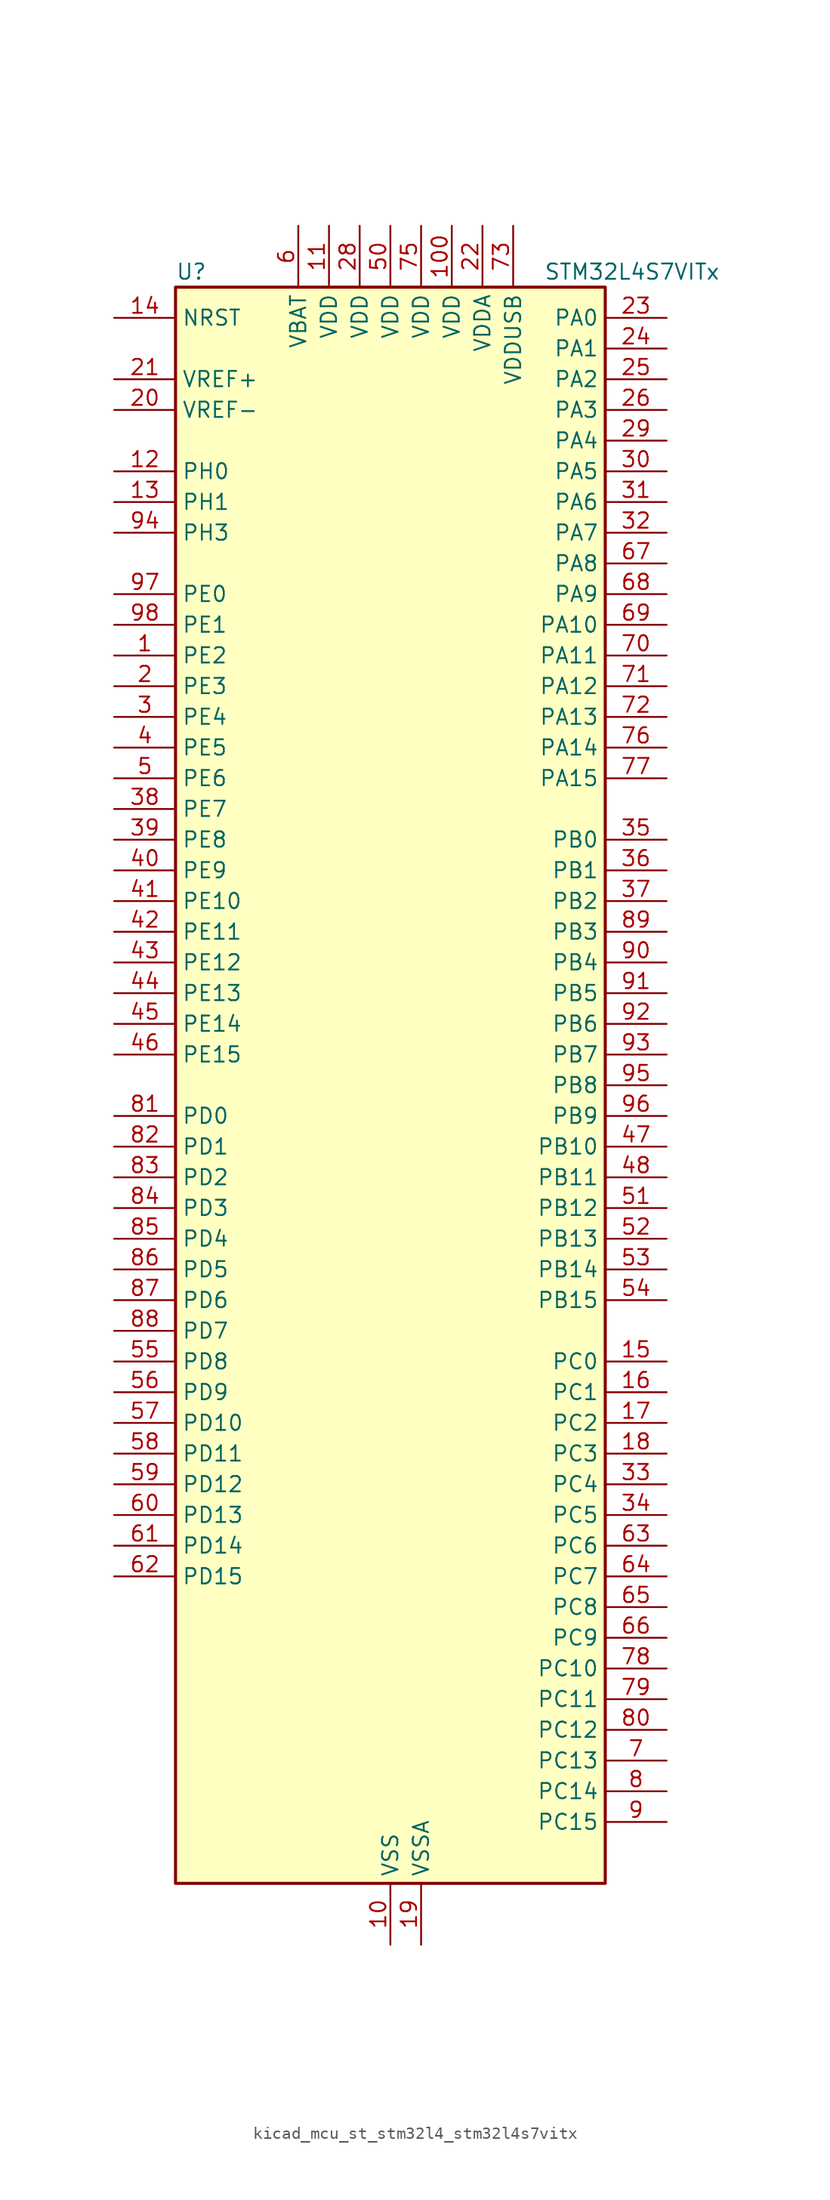
<source format=kicad_sym>
(kicad_symbol_lib
  (version 20220914)
  (generator kicad_symbol_editor)
  (symbol "kicad_mcu_st_stm32l4_stm32l4s7vitx"
    (property "Reference" "U"
      (at -17.78 67.31 0)
      (effects (font (size 1.27 1.27)) (justify left)))
    (property "Value" "STM32L4S7VITx"
      (at 12.7 67.31 0)
      (effects (font (size 1.27 1.27)) (justify left)))
    (property "ki_locked" ""
      (at 0 0 0)
      (effects (font (size 1.27 1.27))))
    (symbol "kicad_mcu_st_stm32l4_stm32l4s7vitx_0_1"
      (rectangle (start -17.78 -66.04) (end 17.78 66.04) (stroke (width 0.254) (type default)) (fill (type background))))
    (symbol "kicad_mcu_st_stm32l4_stm32l4s7vitx_1_1"
      (pin bidirectional line (at -22.86 35.56 0) (length 5.08) (name "PE2" (effects (font (size 1.27 1.27)))) (number "1" (effects (font (size 1.27 1.27)))) (alternate "FMC_A23" bidirectional line) (alternate "LTDC_R0" bidirectional line) (alternate "SAI1_CK1" bidirectional line) (alternate "SAI1_MCLK_A" bidirectional line) (alternate "SYS_TRACECLK" bidirectional line) (alternate "TIM3_ETR" bidirectional line) (alternate "TSC_G7_IO1" bidirectional line))
      (pin power_in line (at 0 -71.12 90) (length 5.08) (name "VSS" (effects (font (size 1.27 1.27)))) (number "10" (effects (font (size 1.27 1.27)))))
      (pin power_in line (at 5.08 71.12 270) (length 5.08) (name "VDD" (effects (font (size 1.27 1.27)))) (number "100" (effects (font (size 1.27 1.27)))))
      (pin power_in line (at -5.08 71.12 270) (length 5.08) (name "VDD" (effects (font (size 1.27 1.27)))) (number "11" (effects (font (size 1.27 1.27)))))
      (pin bidirectional line (at -22.86 50.8 0) (length 5.08) (name "PH0" (effects (font (size 1.27 1.27)))) (number "12" (effects (font (size 1.27 1.27)))) (alternate "RCC_OSC_IN" bidirectional line))
      (pin bidirectional line (at -22.86 48.26 0) (length 5.08) (name "PH1" (effects (font (size 1.27 1.27)))) (number "13" (effects (font (size 1.27 1.27)))) (alternate "RCC_OSC_OUT" bidirectional line))
      (pin input line (at -22.86 63.5 0) (length 5.08) (name "NRST" (effects (font (size 1.27 1.27)))) (number "14" (effects (font (size 1.27 1.27)))))
      (pin bidirectional line (at 22.86 -22.86 180) (length 5.08) (name "PC0" (effects (font (size 1.27 1.27)))) (number "15" (effects (font (size 1.27 1.27)))) (alternate "ADC1_IN1" bidirectional line) (alternate "DFSDM1_DATIN4" bidirectional line) (alternate "I2C3_SCL" bidirectional line) (alternate "LPTIM1_IN1" bidirectional line) (alternate "LPTIM2_IN1" bidirectional line) (alternate "LPUART1_RX" bidirectional line) (alternate "SAI2_FS_A" bidirectional line))
      (pin bidirectional line (at 22.86 -25.4 180) (length 5.08) (name "PC1" (effects (font (size 1.27 1.27)))) (number "16" (effects (font (size 1.27 1.27)))) (alternate "ADC1_IN2" bidirectional line) (alternate "DFSDM1_CKIN4" bidirectional line) (alternate "I2C3_SDA" bidirectional line) (alternate "LPTIM1_OUT" bidirectional line) (alternate "LPUART1_TX" bidirectional line) (alternate "OCTOSPIM_P1_IO4" bidirectional line) (alternate "SAI1_SD_A" bidirectional line) (alternate "SPI2_MOSI" bidirectional line) (alternate "SYS_TRACED0" bidirectional line))
      (pin bidirectional line (at 22.86 -27.94 180) (length 5.08) (name "PC2" (effects (font (size 1.27 1.27)))) (number "17" (effects (font (size 1.27 1.27)))) (alternate "ADC1_IN3" bidirectional line) (alternate "DFSDM1_CKOUT" bidirectional line) (alternate "LPTIM1_IN2" bidirectional line) (alternate "OCTOSPIM_P1_IO5" bidirectional line) (alternate "SPI2_MISO" bidirectional line))
      (pin bidirectional line (at 22.86 -30.48 180) (length 5.08) (name "PC3" (effects (font (size 1.27 1.27)))) (number "18" (effects (font (size 1.27 1.27)))) (alternate "ADC1_IN4" bidirectional line) (alternate "LPTIM1_ETR" bidirectional line) (alternate "LPTIM2_ETR" bidirectional line) (alternate "OCTOSPIM_P1_IO6" bidirectional line) (alternate "SAI1_D1" bidirectional line) (alternate "SAI1_SD_A" bidirectional line) (alternate "SPI2_MOSI" bidirectional line))
      (pin power_in line (at 2.54 -71.12 90) (length 5.08) (name "VSSA" (effects (font (size 1.27 1.27)))) (number "19" (effects (font (size 1.27 1.27)))))
      (pin bidirectional line (at -22.86 33.02 0) (length 5.08) (name "PE3" (effects (font (size 1.27 1.27)))) (number "2" (effects (font (size 1.27 1.27)))) (alternate "FMC_A19" bidirectional line) (alternate "LTDC_R1" bidirectional line) (alternate "OCTOSPIM_P1_DQS" bidirectional line) (alternate "SAI1_SD_B" bidirectional line) (alternate "SYS_TRACED0" bidirectional line) (alternate "TIM3_CH1" bidirectional line) (alternate "TSC_G7_IO2" bidirectional line))
      (pin input line (at -22.86 55.88 0) (length 5.08) (name "VREF-" (effects (font (size 1.27 1.27)))) (number "20" (effects (font (size 1.27 1.27)))))
      (pin input line (at -22.86 58.42 0) (length 5.08) (name "VREF+" (effects (font (size 1.27 1.27)))) (number "21" (effects (font (size 1.27 1.27)))) (alternate "VREFBUF_OUT" bidirectional line))
      (pin power_in line (at 7.62 71.12 270) (length 5.08) (name "VDDA" (effects (font (size 1.27 1.27)))) (number "22" (effects (font (size 1.27 1.27)))))
      (pin bidirectional line (at 22.86 63.5 180) (length 5.08) (name "PA0" (effects (font (size 1.27 1.27)))) (number "23" (effects (font (size 1.27 1.27)))) (alternate "ADC1_IN5" bidirectional line) (alternate "OPAMP1_VINP" bidirectional line) (alternate "RTC_TAMP2" bidirectional line) (alternate "SAI1_EXTCLK" bidirectional line) (alternate "SYS_WKUP1" bidirectional line) (alternate "TIM2_CH1" bidirectional line) (alternate "TIM2_ETR" bidirectional line) (alternate "TIM5_CH1" bidirectional line) (alternate "TIM8_ETR" bidirectional line) (alternate "UART4_TX" bidirectional line) (alternate "USART2_CTS" bidirectional line) (alternate "USART2_NSS" bidirectional line))
      (pin bidirectional line (at 22.86 60.96 180) (length 5.08) (name "PA1" (effects (font (size 1.27 1.27)))) (number "24" (effects (font (size 1.27 1.27)))) (alternate "ADC1_IN6" bidirectional line) (alternate "I2C1_SMBA" bidirectional line) (alternate "OCTOSPIM_P1_DQS" bidirectional line) (alternate "OPAMP1_VINM" bidirectional line) (alternate "SPI1_SCK" bidirectional line) (alternate "TIM15_CH1N" bidirectional line) (alternate "TIM2_CH2" bidirectional line) (alternate "TIM5_CH2" bidirectional line) (alternate "UART4_RX" bidirectional line) (alternate "USART2_DE" bidirectional line) (alternate "USART2_RTS" bidirectional line))
      (pin bidirectional line (at 22.86 58.42 180) (length 5.08) (name "PA2" (effects (font (size 1.27 1.27)))) (number "25" (effects (font (size 1.27 1.27)))) (alternate "ADC1_IN7" bidirectional line) (alternate "LPUART1_TX" bidirectional line) (alternate "OCTOSPIM_P1_NCS" bidirectional line) (alternate "RCC_LSCO" bidirectional line) (alternate "SAI2_EXTCLK" bidirectional line) (alternate "SYS_WKUP4" bidirectional line) (alternate "TIM15_CH1" bidirectional line) (alternate "TIM2_CH3" bidirectional line) (alternate "TIM5_CH3" bidirectional line) (alternate "USART2_TX" bidirectional line))
      (pin bidirectional line (at 22.86 55.88 180) (length 5.08) (name "PA3" (effects (font (size 1.27 1.27)))) (number "26" (effects (font (size 1.27 1.27)))) (alternate "ADC1_IN8" bidirectional line) (alternate "LPUART1_RX" bidirectional line) (alternate "OCTOSPIM_P1_CLK" bidirectional line) (alternate "OPAMP1_VOUT" bidirectional line) (alternate "SAI1_CK1" bidirectional line) (alternate "SAI1_MCLK_A" bidirectional line) (alternate "TIM15_CH2" bidirectional line) (alternate "TIM2_CH4" bidirectional line) (alternate "TIM5_CH4" bidirectional line) (alternate "USART2_RX" bidirectional line))
      (pin passive line (at 0 -71.12 90) (length 5.08) hide (name "VSS" (effects (font (size 1.27 1.27)))) (number "27" (effects (font (size 1.27 1.27)))))
      (pin power_in line (at -2.54 71.12 270) (length 5.08) (name "VDD" (effects (font (size 1.27 1.27)))) (number "28" (effects (font (size 1.27 1.27)))))
      (pin bidirectional line (at 22.86 53.34 180) (length 5.08) (name "PA4" (effects (font (size 1.27 1.27)))) (number "29" (effects (font (size 1.27 1.27)))) (alternate "ADC1_IN9" bidirectional line) (alternate "DAC1_OUT1" bidirectional line) (alternate "DCMI_HSYNC" bidirectional line) (alternate "LPTIM2_OUT" bidirectional line) (alternate "OCTOSPIM_P1_NCS" bidirectional line) (alternate "SAI1_FS_B" bidirectional line) (alternate "SPI1_NSS" bidirectional line) (alternate "SPI3_NSS" bidirectional line) (alternate "USART2_CK" bidirectional line))
      (pin bidirectional line (at -22.86 30.48 0) (length 5.08) (name "PE4" (effects (font (size 1.27 1.27)))) (number "3" (effects (font (size 1.27 1.27)))) (alternate "DCMI_D4" bidirectional line) (alternate "DFSDM1_DATIN3" bidirectional line) (alternate "FMC_A20" bidirectional line) (alternate "LTDC_B0" bidirectional line) (alternate "SAI1_D2" bidirectional line) (alternate "SAI1_FS_A" bidirectional line) (alternate "SYS_TRACED1" bidirectional line) (alternate "TIM3_CH2" bidirectional line) (alternate "TSC_G7_IO3" bidirectional line))
      (pin bidirectional line (at 22.86 50.8 180) (length 5.08) (name "PA5" (effects (font (size 1.27 1.27)))) (number "30" (effects (font (size 1.27 1.27)))) (alternate "ADC1_IN10" bidirectional line) (alternate "DAC1_OUT2" bidirectional line) (alternate "LPTIM2_ETR" bidirectional line) (alternate "SPI1_SCK" bidirectional line) (alternate "TIM2_CH1" bidirectional line) (alternate "TIM2_ETR" bidirectional line) (alternate "TIM8_CH1N" bidirectional line))
      (pin bidirectional line (at 22.86 48.26 180) (length 5.08) (name "PA6" (effects (font (size 1.27 1.27)))) (number "31" (effects (font (size 1.27 1.27)))) (alternate "ADC1_IN11" bidirectional line) (alternate "DCMI_PIXCLK" bidirectional line) (alternate "LPUART1_CTS" bidirectional line) (alternate "OCTOSPIM_P1_IO3" bidirectional line) (alternate "OPAMP2_VINP" bidirectional line) (alternate "SPI1_MISO" bidirectional line) (alternate "TIM16_CH1" bidirectional line) (alternate "TIM1_BKIN" bidirectional line) (alternate "TIM3_CH1" bidirectional line) (alternate "TIM8_BKIN" bidirectional line) (alternate "USART3_CTS" bidirectional line) (alternate "USART3_NSS" bidirectional line))
      (pin bidirectional line (at 22.86 45.72 180) (length 5.08) (name "PA7" (effects (font (size 1.27 1.27)))) (number "32" (effects (font (size 1.27 1.27)))) (alternate "ADC1_IN12" bidirectional line) (alternate "I2C3_SCL" bidirectional line) (alternate "OCTOSPIM_P1_IO2" bidirectional line) (alternate "OPAMP2_VINM" bidirectional line) (alternate "SPI1_MOSI" bidirectional line) (alternate "TIM17_CH1" bidirectional line) (alternate "TIM1_CH1N" bidirectional line) (alternate "TIM3_CH2" bidirectional line) (alternate "TIM8_CH1N" bidirectional line))
      (pin bidirectional line (at 22.86 -33.02 180) (length 5.08) (name "PC4" (effects (font (size 1.27 1.27)))) (number "33" (effects (font (size 1.27 1.27)))) (alternate "ADC1_IN13" bidirectional line) (alternate "COMP1_INM" bidirectional line) (alternate "OCTOSPIM_P1_IO7" bidirectional line) (alternate "USART3_TX" bidirectional line))
      (pin bidirectional line (at 22.86 -35.56 180) (length 5.08) (name "PC5" (effects (font (size 1.27 1.27)))) (number "34" (effects (font (size 1.27 1.27)))) (alternate "ADC1_IN14" bidirectional line) (alternate "COMP1_INP" bidirectional line) (alternate "SAI1_D3" bidirectional line) (alternate "SYS_WKUP5" bidirectional line) (alternate "USART3_RX" bidirectional line))
      (pin bidirectional line (at 22.86 20.32 180) (length 5.08) (name "PB0" (effects (font (size 1.27 1.27)))) (number "35" (effects (font (size 1.27 1.27)))) (alternate "ADC1_IN15" bidirectional line) (alternate "COMP1_OUT" bidirectional line) (alternate "OCTOSPIM_P1_IO1" bidirectional line) (alternate "OPAMP2_VOUT" bidirectional line) (alternate "SAI1_EXTCLK" bidirectional line) (alternate "SPI1_NSS" bidirectional line) (alternate "TIM1_CH2N" bidirectional line) (alternate "TIM3_CH3" bidirectional line) (alternate "TIM8_CH2N" bidirectional line) (alternate "USART3_CK" bidirectional line))
      (pin bidirectional line (at 22.86 17.78 180) (length 5.08) (name "PB1" (effects (font (size 1.27 1.27)))) (number "36" (effects (font (size 1.27 1.27)))) (alternate "ADC1_IN16" bidirectional line) (alternate "COMP1_INM" bidirectional line) (alternate "DFSDM1_DATIN0" bidirectional line) (alternate "LPTIM2_IN1" bidirectional line) (alternate "LPUART1_DE" bidirectional line) (alternate "LPUART1_RTS" bidirectional line) (alternate "OCTOSPIM_P1_IO0" bidirectional line) (alternate "TIM1_CH3N" bidirectional line) (alternate "TIM3_CH4" bidirectional line) (alternate "TIM8_CH3N" bidirectional line) (alternate "USART3_DE" bidirectional line) (alternate "USART3_RTS" bidirectional line))
      (pin bidirectional line (at 22.86 15.24 180) (length 5.08) (name "PB2" (effects (font (size 1.27 1.27)))) (number "37" (effects (font (size 1.27 1.27)))) (alternate "COMP1_INP" bidirectional line) (alternate "DFSDM1_CKIN0" bidirectional line) (alternate "I2C3_SMBA" bidirectional line) (alternate "LPTIM1_OUT" bidirectional line) (alternate "LTDC_B1" bidirectional line) (alternate "OCTOSPIM_P1_DQS" bidirectional line) (alternate "RTC_OUT_ALARM" bidirectional line) (alternate "RTC_OUT_CALIB" bidirectional line))
      (pin bidirectional line (at -22.86 22.86 0) (length 5.08) (name "PE7" (effects (font (size 1.27 1.27)))) (number "38" (effects (font (size 1.27 1.27)))) (alternate "DFSDM1_DATIN2" bidirectional line) (alternate "FMC_D4" bidirectional line) (alternate "FMC_DA4" bidirectional line) (alternate "LTDC_B6" bidirectional line) (alternate "SAI1_SD_B" bidirectional line) (alternate "TIM1_ETR" bidirectional line))
      (pin bidirectional line (at -22.86 20.32 0) (length 5.08) (name "PE8" (effects (font (size 1.27 1.27)))) (number "39" (effects (font (size 1.27 1.27)))) (alternate "DFSDM1_CKIN2" bidirectional line) (alternate "FMC_D5" bidirectional line) (alternate "FMC_DA5" bidirectional line) (alternate "LTDC_B7" bidirectional line) (alternate "SAI1_SCK_B" bidirectional line) (alternate "TIM1_CH1N" bidirectional line))
      (pin bidirectional line (at -22.86 27.94 0) (length 5.08) (name "PE5" (effects (font (size 1.27 1.27)))) (number "4" (effects (font (size 1.27 1.27)))) (alternate "DCMI_D6" bidirectional line) (alternate "DFSDM1_CKIN3" bidirectional line) (alternate "FMC_A21" bidirectional line) (alternate "LTDC_G0" bidirectional line) (alternate "SAI1_CK2" bidirectional line) (alternate "SAI1_SCK_A" bidirectional line) (alternate "SYS_TRACED2" bidirectional line) (alternate "TIM3_CH3" bidirectional line) (alternate "TSC_G7_IO4" bidirectional line))
      (pin bidirectional line (at -22.86 17.78 0) (length 5.08) (name "PE9" (effects (font (size 1.27 1.27)))) (number "40" (effects (font (size 1.27 1.27)))) (alternate "DAC1_EXTI9" bidirectional line) (alternate "DFSDM1_CKOUT" bidirectional line) (alternate "FMC_D6" bidirectional line) (alternate "FMC_DA6" bidirectional line) (alternate "LTDC_G2" bidirectional line) (alternate "SAI1_FS_B" bidirectional line) (alternate "TIM1_CH1" bidirectional line))
      (pin bidirectional line (at -22.86 15.24 0) (length 5.08) (name "PE10" (effects (font (size 1.27 1.27)))) (number "41" (effects (font (size 1.27 1.27)))) (alternate "DFSDM1_DATIN4" bidirectional line) (alternate "FMC_D7" bidirectional line) (alternate "FMC_DA7" bidirectional line) (alternate "LTDC_G3" bidirectional line) (alternate "OCTOSPIM_P1_CLK" bidirectional line) (alternate "SAI1_MCLK_B" bidirectional line) (alternate "TIM1_CH2N" bidirectional line) (alternate "TSC_G5_IO1" bidirectional line))
      (pin bidirectional line (at -22.86 12.7 0) (length 5.08) (name "PE11" (effects (font (size 1.27 1.27)))) (number "42" (effects (font (size 1.27 1.27)))) (alternate "ADC1_EXTI11" bidirectional line) (alternate "DFSDM1_CKIN4" bidirectional line) (alternate "FMC_D8" bidirectional line) (alternate "FMC_DA8" bidirectional line) (alternate "LTDC_G4" bidirectional line) (alternate "OCTOSPIM_P1_NCS" bidirectional line) (alternate "TIM1_CH2" bidirectional line) (alternate "TSC_G5_IO2" bidirectional line))
      (pin bidirectional line (at -22.86 10.16 0) (length 5.08) (name "PE12" (effects (font (size 1.27 1.27)))) (number "43" (effects (font (size 1.27 1.27)))) (alternate "DFSDM1_DATIN5" bidirectional line) (alternate "FMC_D9" bidirectional line) (alternate "FMC_DA9" bidirectional line) (alternate "LTDC_G5" bidirectional line) (alternate "OCTOSPIM_P1_IO0" bidirectional line) (alternate "SPI1_NSS" bidirectional line) (alternate "TIM1_CH3N" bidirectional line) (alternate "TSC_G5_IO3" bidirectional line))
      (pin bidirectional line (at -22.86 7.62 0) (length 5.08) (name "PE13" (effects (font (size 1.27 1.27)))) (number "44" (effects (font (size 1.27 1.27)))) (alternate "DFSDM1_CKIN5" bidirectional line) (alternate "FMC_D10" bidirectional line) (alternate "FMC_DA10" bidirectional line) (alternate "LTDC_G6" bidirectional line) (alternate "OCTOSPIM_P1_IO1" bidirectional line) (alternate "SPI1_SCK" bidirectional line) (alternate "TIM1_CH3" bidirectional line) (alternate "TSC_G5_IO4" bidirectional line))
      (pin bidirectional line (at -22.86 5.08 0) (length 5.08) (name "PE14" (effects (font (size 1.27 1.27)))) (number "45" (effects (font (size 1.27 1.27)))) (alternate "FMC_D11" bidirectional line) (alternate "FMC_DA11" bidirectional line) (alternate "LTDC_G7" bidirectional line) (alternate "OCTOSPIM_P1_IO2" bidirectional line) (alternate "SPI1_MISO" bidirectional line) (alternate "TIM1_BKIN2" bidirectional line) (alternate "TIM1_CH4" bidirectional line))
      (pin bidirectional line (at -22.86 2.54 0) (length 5.08) (name "PE15" (effects (font (size 1.27 1.27)))) (number "46" (effects (font (size 1.27 1.27)))) (alternate "ADC1_EXTI15" bidirectional line) (alternate "FMC_D12" bidirectional line) (alternate "FMC_DA12" bidirectional line) (alternate "LTDC_R2" bidirectional line) (alternate "OCTOSPIM_P1_IO3" bidirectional line) (alternate "SPI1_MOSI" bidirectional line) (alternate "TIM1_BKIN" bidirectional line))
      (pin bidirectional line (at 22.86 -5.08 180) (length 5.08) (name "PB10" (effects (font (size 1.27 1.27)))) (number "47" (effects (font (size 1.27 1.27)))) (alternate "COMP1_OUT" bidirectional line) (alternate "DFSDM1_DATIN7" bidirectional line) (alternate "I2C2_SCL" bidirectional line) (alternate "I2C4_SCL" bidirectional line) (alternate "LPUART1_RX" bidirectional line) (alternate "OCTOSPIM_P1_CLK" bidirectional line) (alternate "SAI1_SCK_A" bidirectional line) (alternate "SPI2_SCK" bidirectional line) (alternate "TIM2_CH3" bidirectional line) (alternate "TSC_SYNC" bidirectional line) (alternate "USART3_TX" bidirectional line))
      (pin bidirectional line (at 22.86 -7.62 180) (length 5.08) (name "PB11" (effects (font (size 1.27 1.27)))) (number "48" (effects (font (size 1.27 1.27)))) (alternate "ADC1_EXTI11" bidirectional line) (alternate "COMP2_OUT" bidirectional line) (alternate "DFSDM1_CKIN7" bidirectional line) (alternate "I2C2_SDA" bidirectional line) (alternate "I2C4_SDA" bidirectional line) (alternate "LPUART1_TX" bidirectional line) (alternate "OCTOSPIM_P1_NCS" bidirectional line) (alternate "TIM2_CH4" bidirectional line) (alternate "USART3_RX" bidirectional line))
      (pin passive line (at 0 -71.12 90) (length 5.08) hide (name "VSS" (effects (font (size 1.27 1.27)))) (number "49" (effects (font (size 1.27 1.27)))))
      (pin bidirectional line (at -22.86 25.4 0) (length 5.08) (name "PE6" (effects (font (size 1.27 1.27)))) (number "5" (effects (font (size 1.27 1.27)))) (alternate "DCMI_D7" bidirectional line) (alternate "FMC_A22" bidirectional line) (alternate "LTDC_G1" bidirectional line) (alternate "RTC_TAMP3" bidirectional line) (alternate "SAI1_D1" bidirectional line) (alternate "SAI1_SD_A" bidirectional line) (alternate "SYS_TRACED3" bidirectional line) (alternate "SYS_WKUP3" bidirectional line) (alternate "TIM3_CH4" bidirectional line))
      (pin power_in line (at 0 71.12 270) (length 5.08) (name "VDD" (effects (font (size 1.27 1.27)))) (number "50" (effects (font (size 1.27 1.27)))))
      (pin bidirectional line (at 22.86 -10.16 180) (length 5.08) (name "PB12" (effects (font (size 1.27 1.27)))) (number "51" (effects (font (size 1.27 1.27)))) (alternate "DFSDM1_DATIN1" bidirectional line) (alternate "I2C2_SMBA" bidirectional line) (alternate "LPUART1_DE" bidirectional line) (alternate "LPUART1_RTS" bidirectional line) (alternate "SAI2_FS_A" bidirectional line) (alternate "SPI2_NSS" bidirectional line) (alternate "TIM15_BKIN" bidirectional line) (alternate "TIM1_BKIN" bidirectional line) (alternate "TSC_G1_IO1" bidirectional line) (alternate "USART3_CK" bidirectional line))
      (pin bidirectional line (at 22.86 -12.7 180) (length 5.08) (name "PB13" (effects (font (size 1.27 1.27)))) (number "52" (effects (font (size 1.27 1.27)))) (alternate "DFSDM1_CKIN1" bidirectional line) (alternate "I2C2_SCL" bidirectional line) (alternate "LPUART1_CTS" bidirectional line) (alternate "SAI2_SCK_A" bidirectional line) (alternate "SPI2_SCK" bidirectional line) (alternate "TIM15_CH1N" bidirectional line) (alternate "TIM1_CH1N" bidirectional line) (alternate "TSC_G1_IO2" bidirectional line) (alternate "USART3_CTS" bidirectional line) (alternate "USART3_NSS" bidirectional line))
      (pin bidirectional line (at 22.86 -15.24 180) (length 5.08) (name "PB14" (effects (font (size 1.27 1.27)))) (number "53" (effects (font (size 1.27 1.27)))) (alternate "DFSDM1_DATIN2" bidirectional line) (alternate "I2C2_SDA" bidirectional line) (alternate "SAI2_MCLK_A" bidirectional line) (alternate "SPI2_MISO" bidirectional line) (alternate "TIM15_CH1" bidirectional line) (alternate "TIM1_CH2N" bidirectional line) (alternate "TIM8_CH2N" bidirectional line) (alternate "TSC_G1_IO3" bidirectional line) (alternate "USART3_DE" bidirectional line) (alternate "USART3_RTS" bidirectional line))
      (pin bidirectional line (at 22.86 -17.78 180) (length 5.08) (name "PB15" (effects (font (size 1.27 1.27)))) (number "54" (effects (font (size 1.27 1.27)))) (alternate "ADC1_EXTI15" bidirectional line) (alternate "DFSDM1_CKIN2" bidirectional line) (alternate "RTC_REFIN" bidirectional line) (alternate "SAI2_SD_A" bidirectional line) (alternate "SPI2_MOSI" bidirectional line) (alternate "TIM15_CH2" bidirectional line) (alternate "TIM1_CH3N" bidirectional line) (alternate "TIM8_CH3N" bidirectional line) (alternate "TSC_G1_IO4" bidirectional line))
      (pin bidirectional line (at -22.86 -22.86 0) (length 5.08) (name "PD8" (effects (font (size 1.27 1.27)))) (number "55" (effects (font (size 1.27 1.27)))) (alternate "DCMI_HSYNC" bidirectional line) (alternate "FMC_D13" bidirectional line) (alternate "FMC_DA13" bidirectional line) (alternate "LTDC_R3" bidirectional line) (alternate "USART3_TX" bidirectional line))
      (pin bidirectional line (at -22.86 -25.4 0) (length 5.08) (name "PD9" (effects (font (size 1.27 1.27)))) (number "56" (effects (font (size 1.27 1.27)))) (alternate "DAC1_EXTI9" bidirectional line) (alternate "DCMI_PIXCLK" bidirectional line) (alternate "FMC_D14" bidirectional line) (alternate "FMC_DA14" bidirectional line) (alternate "LTDC_R4" bidirectional line) (alternate "SAI2_MCLK_A" bidirectional line) (alternate "USART3_RX" bidirectional line))
      (pin bidirectional line (at -22.86 -27.94 0) (length 5.08) (name "PD10" (effects (font (size 1.27 1.27)))) (number "57" (effects (font (size 1.27 1.27)))) (alternate "FMC_D15" bidirectional line) (alternate "FMC_DA15" bidirectional line) (alternate "LTDC_R5" bidirectional line) (alternate "SAI2_SCK_A" bidirectional line) (alternate "TSC_G6_IO1" bidirectional line) (alternate "USART3_CK" bidirectional line))
      (pin bidirectional line (at -22.86 -30.48 0) (length 5.08) (name "PD11" (effects (font (size 1.27 1.27)))) (number "58" (effects (font (size 1.27 1.27)))) (alternate "ADC1_EXTI11" bidirectional line) (alternate "FMC_A16" bidirectional line) (alternate "FMC_CLE" bidirectional line) (alternate "I2C4_SMBA" bidirectional line) (alternate "LPTIM2_ETR" bidirectional line) (alternate "LTDC_R6" bidirectional line) (alternate "SAI2_SD_A" bidirectional line) (alternate "TSC_G6_IO2" bidirectional line) (alternate "USART3_CTS" bidirectional line) (alternate "USART3_NSS" bidirectional line))
      (pin bidirectional line (at -22.86 -33.02 0) (length 5.08) (name "PD12" (effects (font (size 1.27 1.27)))) (number "59" (effects (font (size 1.27 1.27)))) (alternate "FMC_A17" bidirectional line) (alternate "FMC_ALE" bidirectional line) (alternate "I2C4_SCL" bidirectional line) (alternate "LPTIM2_IN1" bidirectional line) (alternate "LTDC_R7" bidirectional line) (alternate "SAI2_FS_A" bidirectional line) (alternate "TIM4_CH1" bidirectional line) (alternate "TSC_G6_IO3" bidirectional line) (alternate "USART3_DE" bidirectional line) (alternate "USART3_RTS" bidirectional line))
      (pin power_in line (at -7.62 71.12 270) (length 5.08) (name "VBAT" (effects (font (size 1.27 1.27)))) (number "6" (effects (font (size 1.27 1.27)))))
      (pin bidirectional line (at -22.86 -35.56 0) (length 5.08) (name "PD13" (effects (font (size 1.27 1.27)))) (number "60" (effects (font (size 1.27 1.27)))) (alternate "FMC_A18" bidirectional line) (alternate "I2C4_SDA" bidirectional line) (alternate "LPTIM2_OUT" bidirectional line) (alternate "TIM4_CH2" bidirectional line) (alternate "TSC_G6_IO4" bidirectional line))
      (pin bidirectional line (at -22.86 -38.1 0) (length 5.08) (name "PD14" (effects (font (size 1.27 1.27)))) (number "61" (effects (font (size 1.27 1.27)))) (alternate "FMC_D0" bidirectional line) (alternate "FMC_DA0" bidirectional line) (alternate "LTDC_B2" bidirectional line) (alternate "TIM4_CH3" bidirectional line))
      (pin bidirectional line (at -22.86 -40.64 0) (length 5.08) (name "PD15" (effects (font (size 1.27 1.27)))) (number "62" (effects (font (size 1.27 1.27)))) (alternate "ADC1_EXTI15" bidirectional line) (alternate "FMC_D1" bidirectional line) (alternate "FMC_DA1" bidirectional line) (alternate "LTDC_B3" bidirectional line) (alternate "TIM4_CH4" bidirectional line))
      (pin bidirectional line (at 22.86 -38.1 180) (length 5.08) (name "PC6" (effects (font (size 1.27 1.27)))) (number "63" (effects (font (size 1.27 1.27)))) (alternate "DCMI_D0" bidirectional line) (alternate "DFSDM1_CKIN3" bidirectional line) (alternate "LTDC_R0" bidirectional line) (alternate "SAI2_MCLK_A" bidirectional line) (alternate "SDMMC1_D0DIR" bidirectional line) (alternate "SDMMC1_D6" bidirectional line) (alternate "TIM3_CH1" bidirectional line) (alternate "TIM8_CH1" bidirectional line) (alternate "TSC_G4_IO1" bidirectional line))
      (pin bidirectional line (at 22.86 -40.64 180) (length 5.08) (name "PC7" (effects (font (size 1.27 1.27)))) (number "64" (effects (font (size 1.27 1.27)))) (alternate "DCMI_D1" bidirectional line) (alternate "DFSDM1_DATIN3" bidirectional line) (alternate "LTDC_R1" bidirectional line) (alternate "SAI2_MCLK_B" bidirectional line) (alternate "SDMMC1_D123DIR" bidirectional line) (alternate "SDMMC1_D7" bidirectional line) (alternate "TIM3_CH2" bidirectional line) (alternate "TIM8_CH2" bidirectional line) (alternate "TSC_G4_IO2" bidirectional line))
      (pin bidirectional line (at 22.86 -43.18 180) (length 5.08) (name "PC8" (effects (font (size 1.27 1.27)))) (number "65" (effects (font (size 1.27 1.27)))) (alternate "DCMI_D2" bidirectional line) (alternate "SDMMC1_D0" bidirectional line) (alternate "TIM3_CH3" bidirectional line) (alternate "TIM8_CH3" bidirectional line) (alternate "TSC_G4_IO3" bidirectional line))
      (pin bidirectional line (at 22.86 -45.72 180) (length 5.08) (name "PC9" (effects (font (size 1.27 1.27)))) (number "66" (effects (font (size 1.27 1.27)))) (alternate "DAC1_EXTI9" bidirectional line) (alternate "DCMI_D3" bidirectional line) (alternate "I2C3_SDA" bidirectional line) (alternate "SAI2_EXTCLK" bidirectional line) (alternate "SDMMC1_D1" bidirectional line) (alternate "SYS_TRACED0" bidirectional line) (alternate "TIM3_CH4" bidirectional line) (alternate "TIM8_BKIN2" bidirectional line) (alternate "TIM8_CH4" bidirectional line) (alternate "TSC_G4_IO4" bidirectional line) (alternate "USB_OTG_FS_NOE" bidirectional line))
      (pin bidirectional line (at 22.86 43.18 180) (length 5.08) (name "PA8" (effects (font (size 1.27 1.27)))) (number "67" (effects (font (size 1.27 1.27)))) (alternate "LPTIM2_OUT" bidirectional line) (alternate "RCC_MCO" bidirectional line) (alternate "SAI1_CK2" bidirectional line) (alternate "SAI1_SCK_A" bidirectional line) (alternate "TIM1_CH1" bidirectional line) (alternate "USART1_CK" bidirectional line) (alternate "USB_OTG_FS_SOF" bidirectional line))
      (pin bidirectional line (at 22.86 40.64 180) (length 5.08) (name "PA9" (effects (font (size 1.27 1.27)))) (number "68" (effects (font (size 1.27 1.27)))) (alternate "DAC1_EXTI9" bidirectional line) (alternate "DCMI_D0" bidirectional line) (alternate "SAI1_FS_A" bidirectional line) (alternate "SPI2_SCK" bidirectional line) (alternate "TIM15_BKIN" bidirectional line) (alternate "TIM1_CH2" bidirectional line) (alternate "USART1_TX" bidirectional line) (alternate "USB_OTG_FS_VBUS" bidirectional line))
      (pin bidirectional line (at 22.86 38.1 180) (length 5.08) (name "PA10" (effects (font (size 1.27 1.27)))) (number "69" (effects (font (size 1.27 1.27)))) (alternate "DCMI_D1" bidirectional line) (alternate "SAI1_D1" bidirectional line) (alternate "SAI1_SD_A" bidirectional line) (alternate "TIM17_BKIN" bidirectional line) (alternate "TIM1_CH3" bidirectional line) (alternate "USART1_RX" bidirectional line) (alternate "USB_OTG_FS_ID" bidirectional line))
      (pin bidirectional line (at 22.86 -55.88 180) (length 5.08) (name "PC13" (effects (font (size 1.27 1.27)))) (number "7" (effects (font (size 1.27 1.27)))) (alternate "RTC_OUT_ALARM" bidirectional line) (alternate "RTC_OUT_CALIB" bidirectional line) (alternate "RTC_TAMP1" bidirectional line) (alternate "RTC_TS" bidirectional line) (alternate "SYS_WKUP2" bidirectional line))
      (pin bidirectional line (at 22.86 35.56 180) (length 5.08) (name "PA11" (effects (font (size 1.27 1.27)))) (number "70" (effects (font (size 1.27 1.27)))) (alternate "ADC1_EXTI11" bidirectional line) (alternate "CAN1_RX" bidirectional line) (alternate "SPI1_MISO" bidirectional line) (alternate "TIM1_BKIN2" bidirectional line) (alternate "TIM1_CH4" bidirectional line) (alternate "USART1_CTS" bidirectional line) (alternate "USART1_NSS" bidirectional line) (alternate "USB_OTG_FS_DM" bidirectional line))
      (pin bidirectional line (at 22.86 33.02 180) (length 5.08) (name "PA12" (effects (font (size 1.27 1.27)))) (number "71" (effects (font (size 1.27 1.27)))) (alternate "CAN1_TX" bidirectional line) (alternate "SPI1_MOSI" bidirectional line) (alternate "TIM1_ETR" bidirectional line) (alternate "USART1_DE" bidirectional line) (alternate "USART1_RTS" bidirectional line) (alternate "USB_OTG_FS_DP" bidirectional line))
      (pin bidirectional line (at 22.86 30.48 180) (length 5.08) (name "PA13" (effects (font (size 1.27 1.27)))) (number "72" (effects (font (size 1.27 1.27)))) (alternate "IR_OUT" bidirectional line) (alternate "SAI1_SD_B" bidirectional line) (alternate "SYS_JTMS-SWDIO" bidirectional line) (alternate "USB_OTG_FS_NOE" bidirectional line))
      (pin power_in line (at 10.16 71.12 270) (length 5.08) (name "VDDUSB" (effects (font (size 1.27 1.27)))) (number "73" (effects (font (size 1.27 1.27)))))
      (pin passive line (at 0 -71.12 90) (length 5.08) hide (name "VSS" (effects (font (size 1.27 1.27)))) (number "74" (effects (font (size 1.27 1.27)))))
      (pin power_in line (at 2.54 71.12 270) (length 5.08) (name "VDD" (effects (font (size 1.27 1.27)))) (number "75" (effects (font (size 1.27 1.27)))))
      (pin bidirectional line (at 22.86 27.94 180) (length 5.08) (name "PA14" (effects (font (size 1.27 1.27)))) (number "76" (effects (font (size 1.27 1.27)))) (alternate "I2C1_SMBA" bidirectional line) (alternate "I2C4_SMBA" bidirectional line) (alternate "LPTIM1_OUT" bidirectional line) (alternate "SAI1_FS_B" bidirectional line) (alternate "SYS_JTCK-SWCLK" bidirectional line) (alternate "USB_OTG_FS_SOF" bidirectional line))
      (pin bidirectional line (at 22.86 25.4 180) (length 5.08) (name "PA15" (effects (font (size 1.27 1.27)))) (number "77" (effects (font (size 1.27 1.27)))) (alternate "ADC1_EXTI15" bidirectional line) (alternate "SAI2_FS_B" bidirectional line) (alternate "SPI1_NSS" bidirectional line) (alternate "SPI3_NSS" bidirectional line) (alternate "SYS_JTDI" bidirectional line) (alternate "TIM2_CH1" bidirectional line) (alternate "TIM2_ETR" bidirectional line) (alternate "TSC_G3_IO1" bidirectional line) (alternate "UART4_DE" bidirectional line) (alternate "UART4_RTS" bidirectional line) (alternate "USART2_RX" bidirectional line) (alternate "USART3_DE" bidirectional line) (alternate "USART3_RTS" bidirectional line))
      (pin bidirectional line (at 22.86 -48.26 180) (length 5.08) (name "PC10" (effects (font (size 1.27 1.27)))) (number "78" (effects (font (size 1.27 1.27)))) (alternate "DCMI_D8" bidirectional line) (alternate "SAI2_SCK_B" bidirectional line) (alternate "SDMMC1_D2" bidirectional line) (alternate "SPI3_SCK" bidirectional line) (alternate "SYS_TRACED1" bidirectional line) (alternate "TSC_G3_IO2" bidirectional line) (alternate "UART4_TX" bidirectional line) (alternate "USART3_TX" bidirectional line))
      (pin bidirectional line (at 22.86 -50.8 180) (length 5.08) (name "PC11" (effects (font (size 1.27 1.27)))) (number "79" (effects (font (size 1.27 1.27)))) (alternate "ADC1_EXTI11" bidirectional line) (alternate "DCMI_D2" bidirectional line) (alternate "DCMI_D4" bidirectional line) (alternate "OCTOSPIM_P1_NCS" bidirectional line) (alternate "SAI2_MCLK_B" bidirectional line) (alternate "SDMMC1_D3" bidirectional line) (alternate "SPI3_MISO" bidirectional line) (alternate "TSC_G3_IO3" bidirectional line) (alternate "UART4_RX" bidirectional line) (alternate "USART3_RX" bidirectional line))
      (pin bidirectional line (at 22.86 -58.42 180) (length 5.08) (name "PC14" (effects (font (size 1.27 1.27)))) (number "8" (effects (font (size 1.27 1.27)))) (alternate "RCC_OSC32_IN" bidirectional line))
      (pin bidirectional line (at 22.86 -53.34 180) (length 5.08) (name "PC12" (effects (font (size 1.27 1.27)))) (number "80" (effects (font (size 1.27 1.27)))) (alternate "DCMI_D9" bidirectional line) (alternate "SAI2_SD_B" bidirectional line) (alternate "SDMMC1_CK" bidirectional line) (alternate "SPI3_MOSI" bidirectional line) (alternate "SYS_TRACED3" bidirectional line) (alternate "TSC_G3_IO4" bidirectional line) (alternate "UART5_TX" bidirectional line) (alternate "USART3_CK" bidirectional line))
      (pin bidirectional line (at -22.86 -2.54 0) (length 5.08) (name "PD0" (effects (font (size 1.27 1.27)))) (number "81" (effects (font (size 1.27 1.27)))) (alternate "CAN1_RX" bidirectional line) (alternate "DFSDM1_DATIN7" bidirectional line) (alternate "FMC_D2" bidirectional line) (alternate "FMC_DA2" bidirectional line) (alternate "LTDC_B4" bidirectional line) (alternate "SPI2_NSS" bidirectional line))
      (pin bidirectional line (at -22.86 -5.08 0) (length 5.08) (name "PD1" (effects (font (size 1.27 1.27)))) (number "82" (effects (font (size 1.27 1.27)))) (alternate "CAN1_TX" bidirectional line) (alternate "DFSDM1_CKIN7" bidirectional line) (alternate "FMC_D3" bidirectional line) (alternate "FMC_DA3" bidirectional line) (alternate "LTDC_B5" bidirectional line) (alternate "SPI2_SCK" bidirectional line))
      (pin bidirectional line (at -22.86 -7.62 0) (length 5.08) (name "PD2" (effects (font (size 1.27 1.27)))) (number "83" (effects (font (size 1.27 1.27)))) (alternate "DCMI_D11" bidirectional line) (alternate "SDMMC1_CMD" bidirectional line) (alternate "SYS_TRACED2" bidirectional line) (alternate "TIM3_ETR" bidirectional line) (alternate "TSC_SYNC" bidirectional line) (alternate "UART5_RX" bidirectional line) (alternate "USART3_DE" bidirectional line) (alternate "USART3_RTS" bidirectional line))
      (pin bidirectional line (at -22.86 -10.16 0) (length 5.08) (name "PD3" (effects (font (size 1.27 1.27)))) (number "84" (effects (font (size 1.27 1.27)))) (alternate "DCMI_D5" bidirectional line) (alternate "DFSDM1_DATIN0" bidirectional line) (alternate "FMC_CLK" bidirectional line) (alternate "LTDC_CLK" bidirectional line) (alternate "OCTOSPIM_P2_NCS" bidirectional line) (alternate "SPI2_MISO" bidirectional line) (alternate "SPI2_SCK" bidirectional line) (alternate "USART2_CTS" bidirectional line) (alternate "USART2_NSS" bidirectional line))
      (pin bidirectional line (at -22.86 -12.7 0) (length 5.08) (name "PD4" (effects (font (size 1.27 1.27)))) (number "85" (effects (font (size 1.27 1.27)))) (alternate "DFSDM1_CKIN0" bidirectional line) (alternate "FMC_NOE" bidirectional line) (alternate "OCTOSPIM_P1_IO4" bidirectional line) (alternate "SPI2_MOSI" bidirectional line) (alternate "USART2_DE" bidirectional line) (alternate "USART2_RTS" bidirectional line))
      (pin bidirectional line (at -22.86 -15.24 0) (length 5.08) (name "PD5" (effects (font (size 1.27 1.27)))) (number "86" (effects (font (size 1.27 1.27)))) (alternate "FMC_NWE" bidirectional line) (alternate "OCTOSPIM_P1_IO5" bidirectional line) (alternate "USART2_TX" bidirectional line))
      (pin bidirectional line (at -22.86 -17.78 0) (length 5.08) (name "PD6" (effects (font (size 1.27 1.27)))) (number "87" (effects (font (size 1.27 1.27)))) (alternate "DCMI_D10" bidirectional line) (alternate "DFSDM1_DATIN1" bidirectional line) (alternate "FMC_NWAIT" bidirectional line) (alternate "LTDC_DE" bidirectional line) (alternate "OCTOSPIM_P1_IO6" bidirectional line) (alternate "SAI1_D1" bidirectional line) (alternate "SAI1_SD_A" bidirectional line) (alternate "SPI3_MOSI" bidirectional line) (alternate "USART2_RX" bidirectional line))
      (pin bidirectional line (at -22.86 -20.32 0) (length 5.08) (name "PD7" (effects (font (size 1.27 1.27)))) (number "88" (effects (font (size 1.27 1.27)))) (alternate "DFSDM1_CKIN1" bidirectional line) (alternate "FMC_NCE" bidirectional line) (alternate "FMC_NE1" bidirectional line) (alternate "OCTOSPIM_P1_IO7" bidirectional line) (alternate "USART2_CK" bidirectional line))
      (pin bidirectional line (at 22.86 12.7 180) (length 5.08) (name "PB3" (effects (font (size 1.27 1.27)))) (number "89" (effects (font (size 1.27 1.27)))) (alternate "COMP2_INM" bidirectional line) (alternate "CRS_SYNC" bidirectional line) (alternate "SAI1_SCK_B" bidirectional line) (alternate "SPI1_SCK" bidirectional line) (alternate "SPI3_SCK" bidirectional line) (alternate "SYS_JTDO-SWO" bidirectional line) (alternate "TIM2_CH2" bidirectional line) (alternate "USART1_DE" bidirectional line) (alternate "USART1_RTS" bidirectional line))
      (pin bidirectional line (at 22.86 -60.96 180) (length 5.08) (name "PC15" (effects (font (size 1.27 1.27)))) (number "9" (effects (font (size 1.27 1.27)))) (alternate "ADC1_EXTI15" bidirectional line) (alternate "RCC_OSC32_OUT" bidirectional line))
      (pin bidirectional line (at 22.86 10.16 180) (length 5.08) (name "PB4" (effects (font (size 1.27 1.27)))) (number "90" (effects (font (size 1.27 1.27)))) (alternate "COMP2_INP" bidirectional line) (alternate "DCMI_D12" bidirectional line) (alternate "I2C3_SDA" bidirectional line) (alternate "SAI1_MCLK_B" bidirectional line) (alternate "SPI1_MISO" bidirectional line) (alternate "SPI3_MISO" bidirectional line) (alternate "SYS_JTRST" bidirectional line) (alternate "TIM17_BKIN" bidirectional line) (alternate "TIM3_CH1" bidirectional line) (alternate "TSC_G2_IO1" bidirectional line) (alternate "UART5_DE" bidirectional line) (alternate "UART5_RTS" bidirectional line) (alternate "USART1_CTS" bidirectional line) (alternate "USART1_NSS" bidirectional line))
      (pin bidirectional line (at 22.86 7.62 180) (length 5.08) (name "PB5" (effects (font (size 1.27 1.27)))) (number "91" (effects (font (size 1.27 1.27)))) (alternate "COMP2_OUT" bidirectional line) (alternate "DCMI_D10" bidirectional line) (alternate "I2C1_SMBA" bidirectional line) (alternate "LPTIM1_IN1" bidirectional line) (alternate "SAI1_SD_B" bidirectional line) (alternate "SPI1_MOSI" bidirectional line) (alternate "SPI3_MOSI" bidirectional line) (alternate "TIM16_BKIN" bidirectional line) (alternate "TIM3_CH2" bidirectional line) (alternate "TSC_G2_IO2" bidirectional line) (alternate "UART5_CTS" bidirectional line) (alternate "USART1_CK" bidirectional line))
      (pin bidirectional line (at 22.86 5.08 180) (length 5.08) (name "PB6" (effects (font (size 1.27 1.27)))) (number "92" (effects (font (size 1.27 1.27)))) (alternate "COMP2_INP" bidirectional line) (alternate "DCMI_D5" bidirectional line) (alternate "DFSDM1_DATIN5" bidirectional line) (alternate "I2C1_SCL" bidirectional line) (alternate "I2C4_SCL" bidirectional line) (alternate "LPTIM1_ETR" bidirectional line) (alternate "SAI1_FS_B" bidirectional line) (alternate "TIM16_CH1N" bidirectional line) (alternate "TIM4_CH1" bidirectional line) (alternate "TIM8_BKIN2" bidirectional line) (alternate "TSC_G2_IO3" bidirectional line) (alternate "USART1_TX" bidirectional line))
      (pin bidirectional line (at 22.86 2.54 180) (length 5.08) (name "PB7" (effects (font (size 1.27 1.27)))) (number "93" (effects (font (size 1.27 1.27)))) (alternate "COMP2_INM" bidirectional line) (alternate "DCMI_VSYNC" bidirectional line) (alternate "DFSDM1_CKIN5" bidirectional line) (alternate "FMC_NL" bidirectional line) (alternate "I2C1_SDA" bidirectional line) (alternate "I2C4_SDA" bidirectional line) (alternate "LPTIM1_IN2" bidirectional line) (alternate "SYS_PVD_IN" bidirectional line) (alternate "TIM17_CH1N" bidirectional line) (alternate "TIM4_CH2" bidirectional line) (alternate "TIM8_BKIN" bidirectional line) (alternate "TSC_G2_IO4" bidirectional line) (alternate "UART4_CTS" bidirectional line) (alternate "USART1_RX" bidirectional line))
      (pin bidirectional line (at -22.86 45.72 0) (length 5.08) (name "PH3" (effects (font (size 1.27 1.27)))) (number "94" (effects (font (size 1.27 1.27)))))
      (pin bidirectional line (at 22.86 0 180) (length 5.08) (name "PB8" (effects (font (size 1.27 1.27)))) (number "95" (effects (font (size 1.27 1.27)))) (alternate "CAN1_RX" bidirectional line) (alternate "DCMI_D6" bidirectional line) (alternate "DFSDM1_CKOUT" bidirectional line) (alternate "DFSDM1_DATIN6" bidirectional line) (alternate "I2C1_SCL" bidirectional line) (alternate "LTDC_B1" bidirectional line) (alternate "SAI1_CK1" bidirectional line) (alternate "SAI1_MCLK_A" bidirectional line) (alternate "SDMMC1_CKIN" bidirectional line) (alternate "SDMMC1_D4" bidirectional line) (alternate "TIM16_CH1" bidirectional line) (alternate "TIM4_CH3" bidirectional line))
      (pin bidirectional line (at 22.86 -2.54 180) (length 5.08) (name "PB9" (effects (font (size 1.27 1.27)))) (number "96" (effects (font (size 1.27 1.27)))) (alternate "CAN1_TX" bidirectional line) (alternate "DAC1_EXTI9" bidirectional line) (alternate "DCMI_D7" bidirectional line) (alternate "DFSDM1_CKIN6" bidirectional line) (alternate "I2C1_SDA" bidirectional line) (alternate "IR_OUT" bidirectional line) (alternate "SAI1_D2" bidirectional line) (alternate "SAI1_FS_A" bidirectional line) (alternate "SDMMC1_CDIR" bidirectional line) (alternate "SDMMC1_D5" bidirectional line) (alternate "SPI2_NSS" bidirectional line) (alternate "TIM17_CH1" bidirectional line) (alternate "TIM4_CH4" bidirectional line))
      (pin bidirectional line (at -22.86 40.64 0) (length 5.08) (name "PE0" (effects (font (size 1.27 1.27)))) (number "97" (effects (font (size 1.27 1.27)))) (alternate "DCMI_D2" bidirectional line) (alternate "FMC_NBL0" bidirectional line) (alternate "LTDC_HSYNC" bidirectional line) (alternate "TIM16_CH1" bidirectional line) (alternate "TIM4_ETR" bidirectional line))
      (pin bidirectional line (at -22.86 38.1 0) (length 5.08) (name "PE1" (effects (font (size 1.27 1.27)))) (number "98" (effects (font (size 1.27 1.27)))) (alternate "DCMI_D3" bidirectional line) (alternate "FMC_NBL1" bidirectional line) (alternate "LTDC_VSYNC" bidirectional line) (alternate "TIM17_CH1" bidirectional line))
      (pin passive line (at 0 -71.12 90) (length 5.08) hide (name "VSS" (effects (font (size 1.27 1.27)))) (number "99" (effects (font (size 1.27 1.27))))))))
</source>
